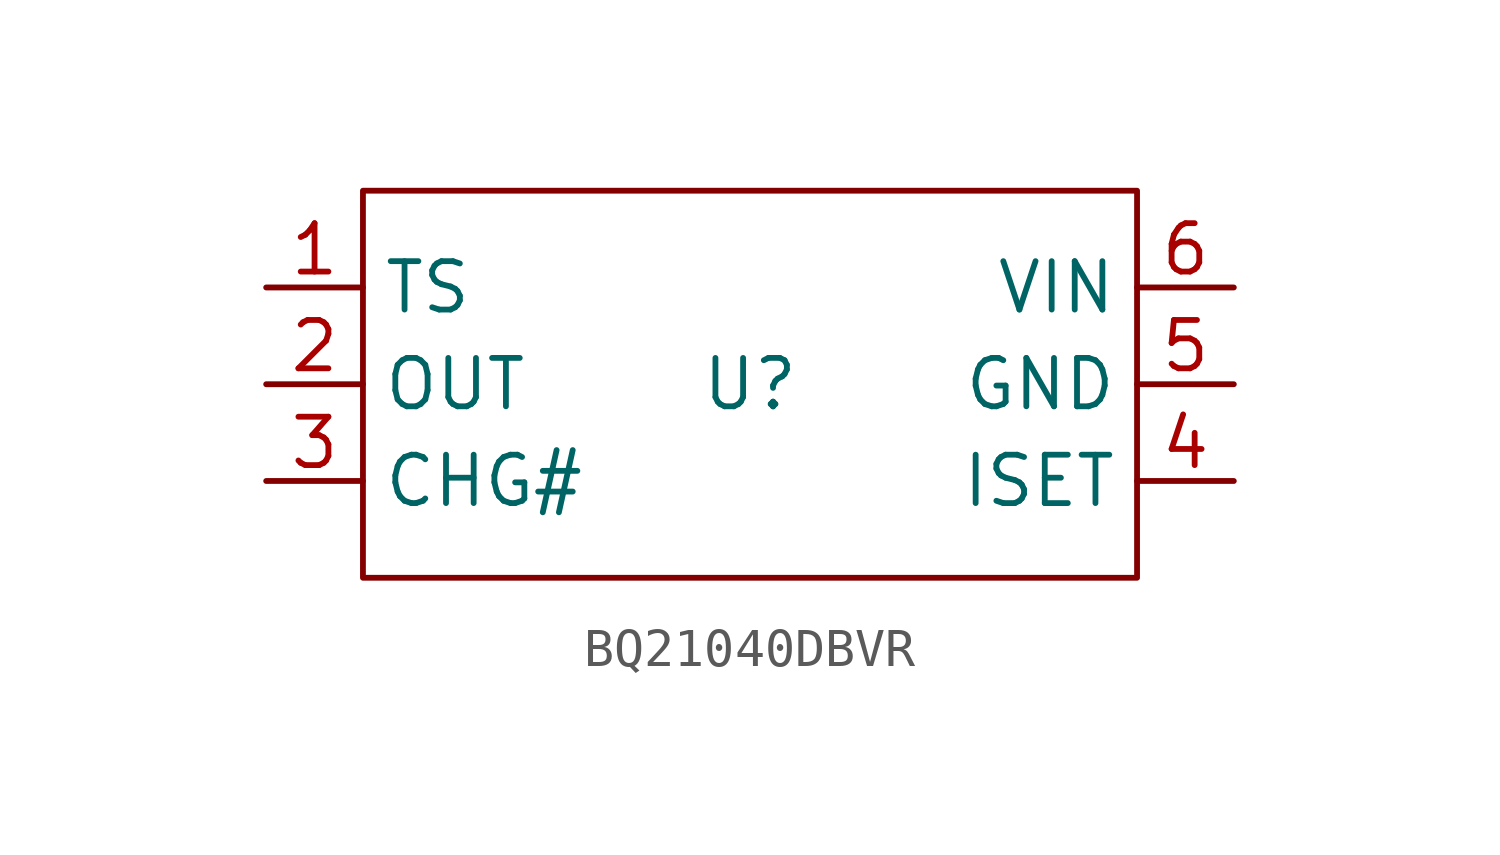
<source format=kicad_sym>
(kicad_symbol_lib
  (version 20241209)
  (generator "kicad_symbol_editor")
  (generator_version "9.0")
  (symbol "BQ21040DBVR"
    (property "Reference" "U"
      (at 0 0 0)
      (effects (font (size 1.27 1.27))))
    (property "Value" ""
      (at 0 0 0)
      (effects (font (size 1.27 1.27))))
    (symbol "BQ21040DBVR_1_0"
      (rectangle (start -10.16 5.08) (end 10.16 -5.08) (stroke (width 0) (type default)) (fill (type none)))
      (pin unspecified line (at -12.7 2.54 0) (length 2.54) (name "TS" (effects (font (size 1.27 1.27)))) (number "1" (effects (font (size 1.27 1.27)))))
      (pin unspecified line (at -12.7 0 0) (length 2.54) (name "OUT" (effects (font (size 1.27 1.27)))) (number "2" (effects (font (size 1.27 1.27)))))
      (pin unspecified line (at -12.7 -2.54 0) (length 2.54) (name "CHG#" (effects (font (size 1.27 1.27)))) (number "3" (effects (font (size 1.27 1.27)))))
      (pin unspecified line (at 12.7 2.54 180) (length 2.54) (name "VIN" (effects (font (size 1.27 1.27)))) (number "6" (effects (font (size 1.27 1.27)))))
      (pin unspecified line (at 12.7 0 180) (length 2.54) (name "GND" (effects (font (size 1.27 1.27)))) (number "5" (effects (font (size 1.27 1.27)))))
      (pin unspecified line (at 12.7 -2.54 180) (length 2.54) (name "ISET" (effects (font (size 1.27 1.27)))) (number "4" (effects (font (size 1.27 1.27))))))))
</source>
